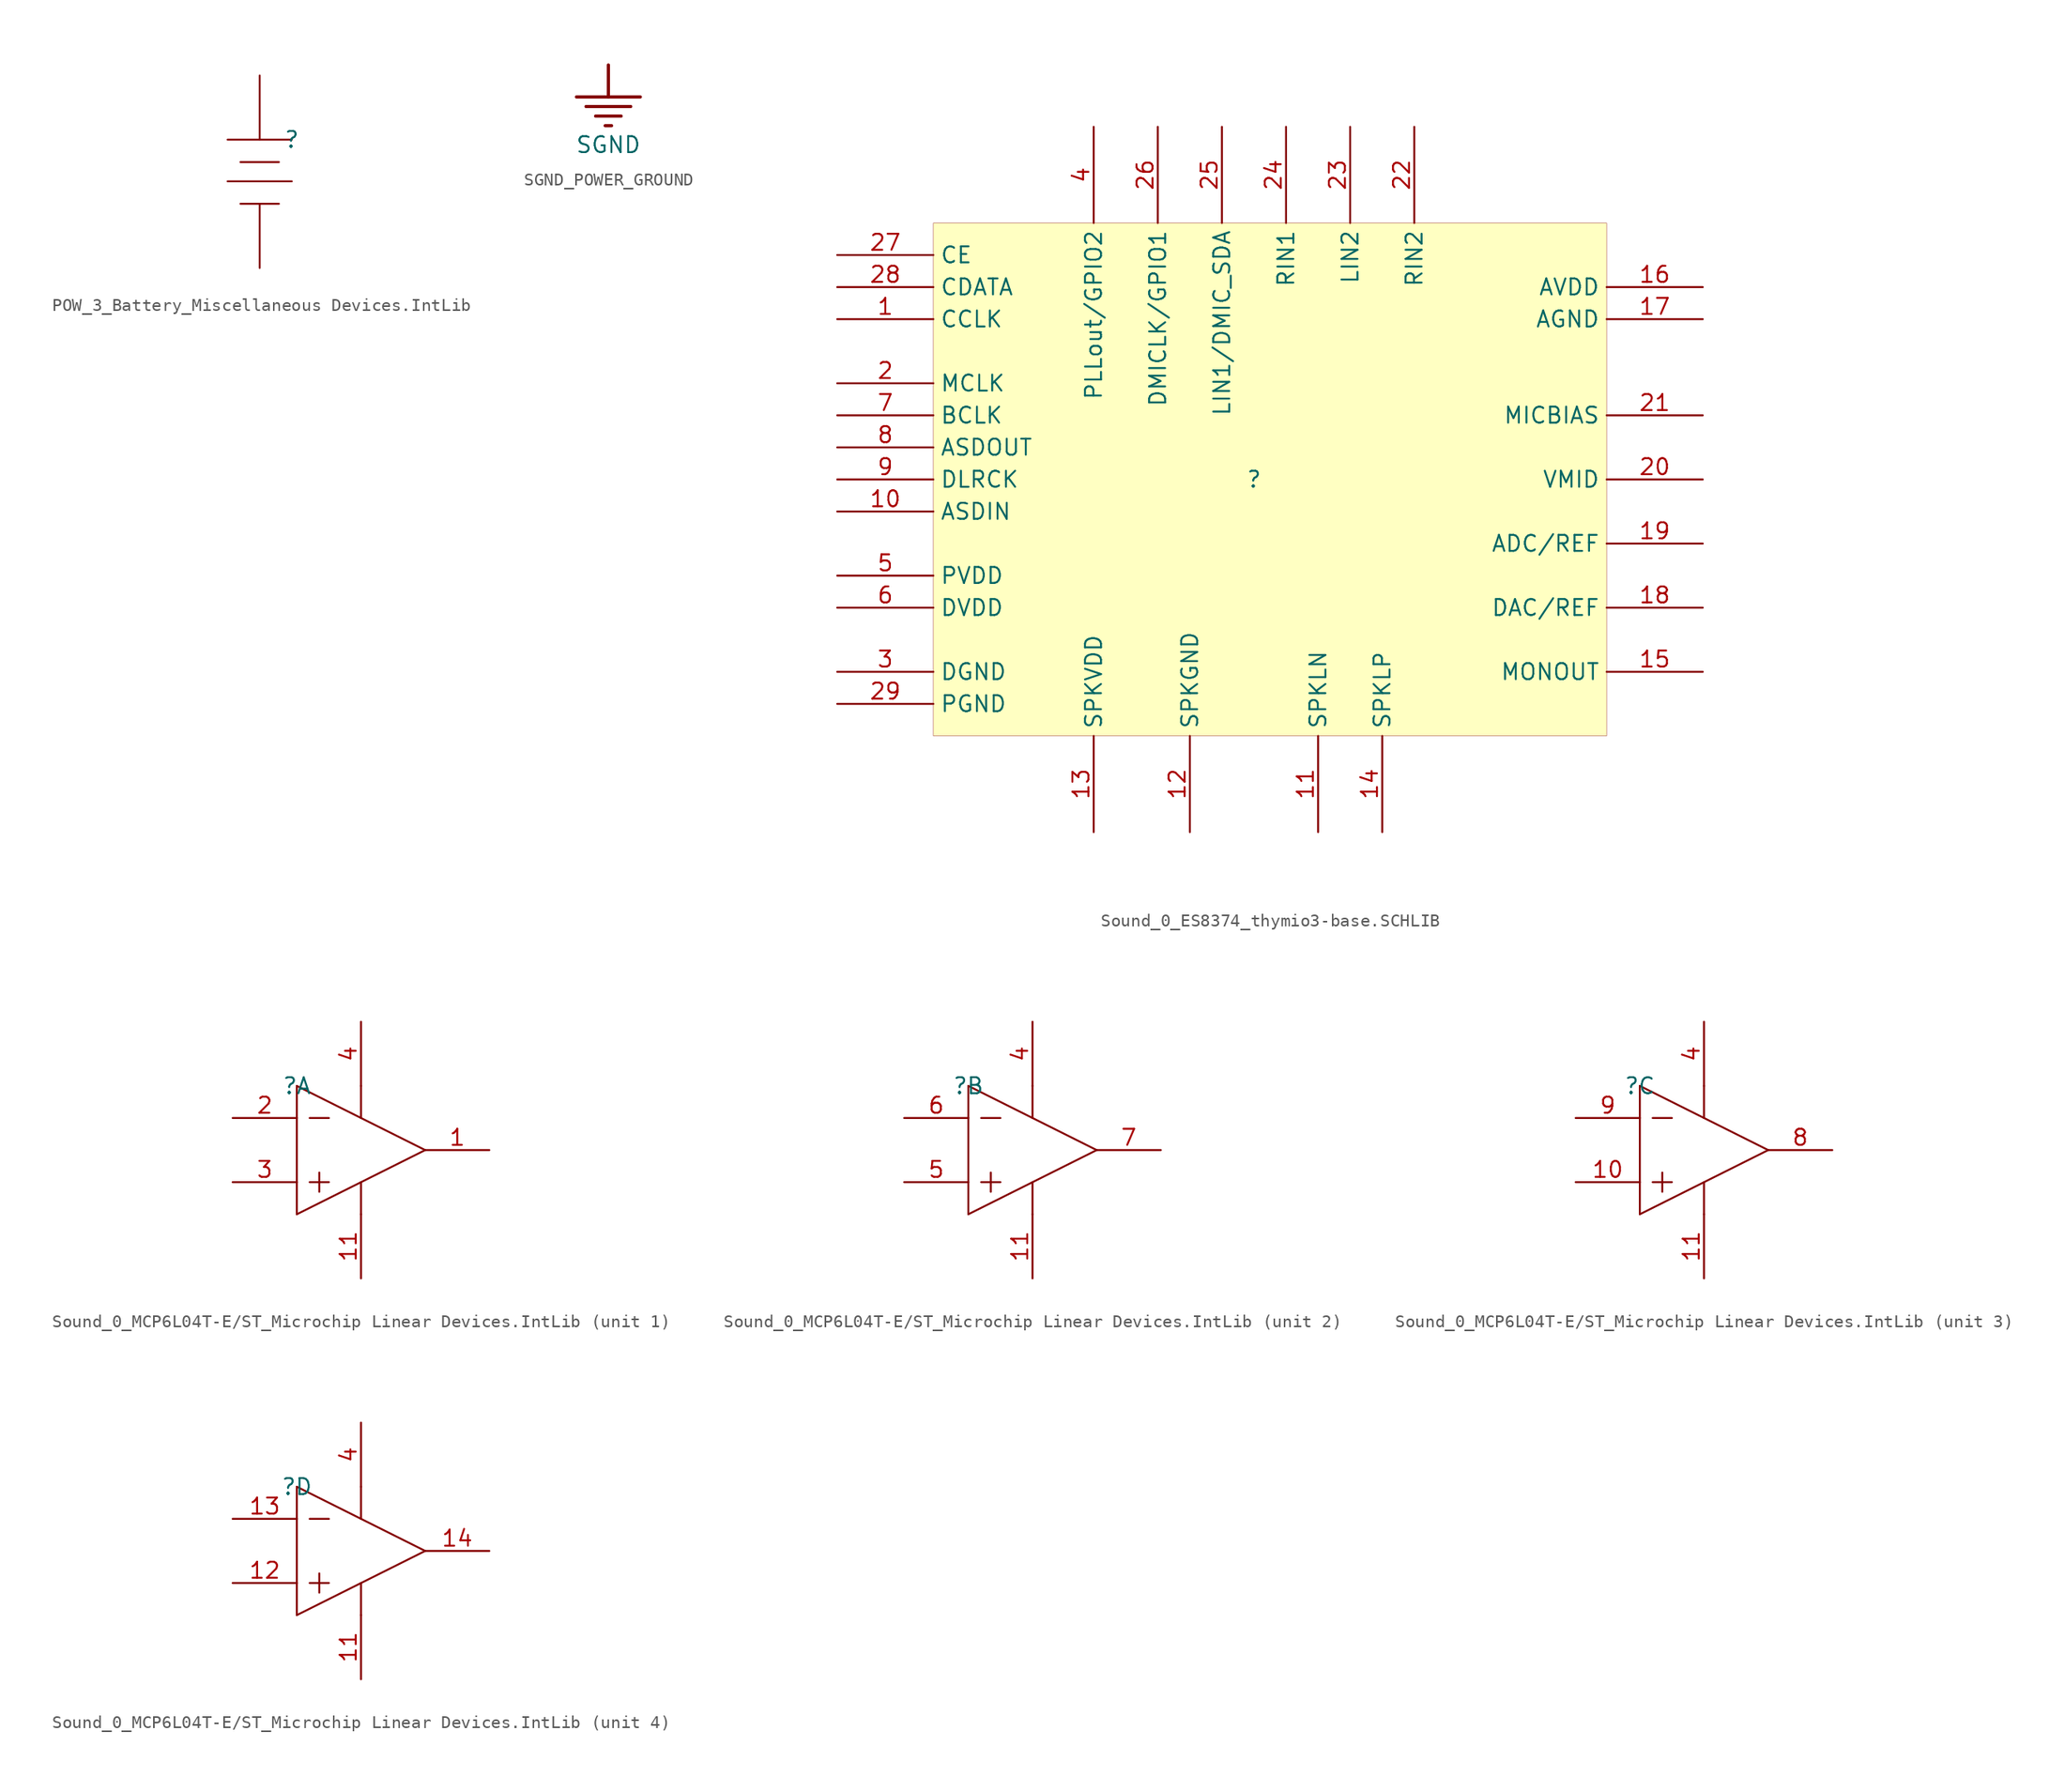
<source format=kicad_sym>
(kicad_symbol_lib
  (version 20241209)
  (generator "kicad_symbol_editor")
  (generator_version "9.0")
  (symbol "POW_3_Battery_Miscellaneous Devices.IntLib"
    (pin_numbers
      (hide yes))
    (pin_names
      (hide yes))
    (property "Reference" ""
      (at 0 0 0)
      (effects (font (size 1.27 1.27))))
    (property "Value" ""
      (at 0 0 0)
      (effects (font (size 1.27 1.27))))
    (symbol "POW_3_Battery_Miscellaneous Devices.IntLib_1_0"
      (polyline (pts (xy -1.016 -1.778) (xy -4.064 -1.778)) (stroke (width 0) (type solid)) (fill (type none)))
      (polyline (pts (xy -1.016 -5.08) (xy -4.064 -5.08)) (stroke (width 0) (type solid)) (fill (type none)))
      (polyline (pts (xy 0 0) (xy -5.08 0)) (stroke (width 0) (type solid)) (fill (type none)))
      (polyline (pts (xy 0 -3.302) (xy -5.08 -3.302)) (stroke (width 0) (type solid)) (fill (type none)))
      (pin passive line (at -2.54 5.08 270) (length 5.08) (name "+" (effects (font (size 1.27 1.27)))) (number "1" (effects (font (size 1.27 1.27)))))
      (pin passive line (at -2.54 -10.16 90) (length 5.08) (name "-" (effects (font (size 1.27 1.27)))) (number "2" (effects (font (size 1.27 1.27)))))))
  (symbol "SGND_POWER_GROUND"
    (power)
    (property "Reference" "#PWR"
      (at 0 0 0)
      (effects (font (size 1.27 1.27)) (hide yes)))
    (property "Value" "SGND"
      (at 0 -6.35 0)
      (effects (font (size 1.27 1.27))))
    (symbol "SGND_POWER_GROUND_0_0"
      (polyline (pts (xy -2.54 -2.54) (xy 2.54 -2.54)) (stroke (width 0.254) (type solid)) (fill (type none)))
      (polyline (pts (xy -1.778 -3.302) (xy 1.778 -3.302)) (stroke (width 0.254) (type solid)) (fill (type none)))
      (polyline (pts (xy -1.016 -4.064) (xy 1.016 -4.064)) (stroke (width 0.254) (type solid)) (fill (type none)))
      (polyline (pts (xy -0.254 -4.826) (xy 0.254 -4.826)) (stroke (width 0.254) (type solid)) (fill (type none)))
      (polyline (pts (xy 0 0) (xy 0 -2.54)) (stroke (width 0.254) (type solid)) (fill (type none)))
      (pin power_in line (at 0 0 0) (length 0) (hide yes) (name "SGND" (effects (font (size 1.27 1.27)))) (number "" (effects (font (size 1.27 1.27)))))))
  (symbol "Sound_0_ES8374_thymio3-base.SCHLIB"
    (property "Reference" ""
      (at 0 0 0)
      (effects (font (size 1.27 1.27))))
    (property "Value" ""
      (at 0 0 0)
      (effects (font (size 1.27 1.27))))
    (symbol "Sound_0_ES8374_thymio3-base.SCHLIB_1_0"
      (rectangle (start 27.94 20.32) (end -25.4 -20.32) (stroke (width 0.025) (type solid) (color 128 0 0 1)) (fill (type background)))
      (pin input line (at -33.02 17.78 0) (length 7.62) (name "CE" (effects (font (size 1.27 1.27)))) (number "27" (effects (font (size 1.27 1.27)))))
      (pin bidirectional line (at -33.02 15.24 0) (length 7.62) (name "CDATA" (effects (font (size 1.27 1.27)))) (number "28" (effects (font (size 1.27 1.27)))))
      (pin input line (at -33.02 12.7 0) (length 7.62) (name "CCLK" (effects (font (size 1.27 1.27)))) (number "1" (effects (font (size 1.27 1.27)))))
      (pin input line (at -33.02 7.62 0) (length 7.62) (name "MCLK" (effects (font (size 1.27 1.27)))) (number "2" (effects (font (size 1.27 1.27)))))
      (pin bidirectional line (at -33.02 5.08 0) (length 7.62) (name "BCLK" (effects (font (size 1.27 1.27)))) (number "7" (effects (font (size 1.27 1.27)))))
      (pin output line (at -33.02 2.54 0) (length 7.62) (name "ASDOUT" (effects (font (size 1.27 1.27)))) (number "8" (effects (font (size 1.27 1.27)))))
      (pin bidirectional line (at -33.02 0 0) (length 7.62) (name "DLRCK" (effects (font (size 1.27 1.27)))) (number "9" (effects (font (size 1.27 1.27)))))
      (pin input line (at -33.02 -2.54 0) (length 7.62) (name "ASDIN" (effects (font (size 1.27 1.27)))) (number "10" (effects (font (size 1.27 1.27)))))
      (pin power_in line (at -33.02 -7.62 0) (length 7.62) (name "PVDD" (effects (font (size 1.27 1.27)))) (number "5" (effects (font (size 1.27 1.27)))))
      (pin power_in line (at -33.02 -10.16 0) (length 7.62) (name "DVDD" (effects (font (size 1.27 1.27)))) (number "6" (effects (font (size 1.27 1.27)))))
      (pin power_in line (at -33.02 -15.24 0) (length 7.62) (name "DGND" (effects (font (size 1.27 1.27)))) (number "3" (effects (font (size 1.27 1.27)))))
      (pin power_in line (at -33.02 -17.78 0) (length 7.62) (name "PGND" (effects (font (size 1.27 1.27)))) (number "29" (effects (font (size 1.27 1.27)))))
      (pin bidirectional line (at -12.7 27.94 270) (length 7.62) (name "PLLout/GPIO2" (effects (font (size 1.27 1.27)))) (number "4" (effects (font (size 1.27 1.27)))))
      (pin power_in line (at -12.7 -27.94 90) (length 7.62) (name "SPKVDD" (effects (font (size 1.27 1.27)))) (number "13" (effects (font (size 1.27 1.27)))))
      (pin bidirectional line (at -7.62 27.94 270) (length 7.62) (name "DMICLK/GPIO1" (effects (font (size 1.27 1.27)))) (number "26" (effects (font (size 1.27 1.27)))))
      (pin power_in line (at -5.08 -27.94 90) (length 7.62) (name "SPKGND" (effects (font (size 1.27 1.27)))) (number "12" (effects (font (size 1.27 1.27)))))
      (pin input line (at -2.54 27.94 270) (length 7.62) (name "LIN1/DMIC_SDA" (effects (font (size 1.27 1.27)))) (number "25" (effects (font (size 1.27 1.27)))))
      (pin input line (at 2.54 27.94 270) (length 7.62) (name "RIN1" (effects (font (size 1.27 1.27)))) (number "24" (effects (font (size 1.27 1.27)))))
      (pin output line (at 5.08 -27.94 90) (length 7.62) (name "SPKLN" (effects (font (size 1.27 1.27)))) (number "11" (effects (font (size 1.27 1.27)))))
      (pin input line (at 7.62 27.94 270) (length 7.62) (name "LIN2" (effects (font (size 1.27 1.27)))) (number "23" (effects (font (size 1.27 1.27)))))
      (pin output line (at 10.16 -27.94 90) (length 7.62) (name "SPKLP" (effects (font (size 1.27 1.27)))) (number "14" (effects (font (size 1.27 1.27)))))
      (pin input line (at 12.7 27.94 270) (length 7.62) (name "RIN2" (effects (font (size 1.27 1.27)))) (number "22" (effects (font (size 1.27 1.27)))))
      (pin power_in line (at 35.56 15.24 180) (length 7.62) (name "AVDD" (effects (font (size 1.27 1.27)))) (number "16" (effects (font (size 1.27 1.27)))))
      (pin power_in line (at 35.56 12.7 180) (length 7.62) (name "AGND" (effects (font (size 1.27 1.27)))) (number "17" (effects (font (size 1.27 1.27)))))
      (pin passive line (at 35.56 5.08 180) (length 7.62) (name "MICBIAS" (effects (font (size 1.27 1.27)))) (number "21" (effects (font (size 1.27 1.27)))))
      (pin passive line (at 35.56 0 180) (length 7.62) (name "VMID" (effects (font (size 1.27 1.27)))) (number "20" (effects (font (size 1.27 1.27)))))
      (pin passive line (at 35.56 -5.08 180) (length 7.62) (name "ADC/REF" (effects (font (size 1.27 1.27)))) (number "19" (effects (font (size 1.27 1.27)))))
      (pin passive line (at 35.56 -10.16 180) (length 7.62) (name "DAC/REF" (effects (font (size 1.27 1.27)))) (number "18" (effects (font (size 1.27 1.27)))))
      (pin output line (at 35.56 -15.24 180) (length 7.62) (name "MONOUT" (effects (font (size 1.27 1.27)))) (number "15" (effects (font (size 1.27 1.27)))))))
  (symbol "Sound_0_MCP6L04T-E/ST_Microchip Linear Devices.IntLib"
    (pin_names
      (hide yes))
    (property "Reference" ""
      (at 0 0 0)
      (effects (font (size 1.27 1.27))))
    (property "Value" ""
      (at 0 0 0)
      (effects (font (size 1.27 1.27))))
    (symbol "Sound_0_MCP6L04T-E/ST_Microchip Linear Devices.IntLib_0_0"
      (pin power_in line (at 5.08 5.08 270) (length 5.08) (name "VDD" (effects (font (size 1.27 1.27)))) (number "4" (effects (font (size 1.27 1.27)))))
      (pin power_in line (at 5.08 -15.24 90) (length 5.08) (name "VSS" (effects (font (size 1.27 1.27)))) (number "11" (effects (font (size 1.27 1.27))))))
    (symbol "Sound_0_MCP6L04T-E/ST_Microchip Linear Devices.IntLib_1_0"
      (polyline (pts (xy 0 0) (xy 0 -10.16)) (stroke (width 0) (type solid)) (fill (type none)))
      (polyline (pts (xy 0 0) (xy 10.16 -5.08)) (stroke (width 0) (type solid)) (fill (type none)))
      (polyline (pts (xy 0 -10.16) (xy 10.16 -5.08)) (stroke (width 0) (type solid)) (fill (type none)))
      (polyline (pts (xy 1.016 -2.54) (xy 2.54 -2.54)) (stroke (width 0) (type solid)) (fill (type none)))
      (polyline (pts (xy 1.016 -7.62) (xy 2.54 -7.62)) (stroke (width 0) (type solid)) (fill (type none)))
      (polyline (pts (xy 1.778 -6.858) (xy 1.778 -8.382)) (stroke (width 0) (type solid)) (fill (type none)))
      (polyline (pts (xy 5.08 0) (xy 5.08 -2.54)) (stroke (width 0) (type solid)) (fill (type none)))
      (polyline (pts (xy 5.08 -7.62) (xy 5.08 -10.16)) (stroke (width 0) (type solid)) (fill (type none)))
      (pin input line (at -5.08 -2.54 0) (length 5.08) (name "VINA-" (effects (font (size 1.27 1.27)))) (number "2" (effects (font (size 1.27 1.27)))))
      (pin input line (at -5.08 -7.62 0) (length 5.08) (name "VINA+" (effects (font (size 1.27 1.27)))) (number "3" (effects (font (size 1.27 1.27)))))
      (pin output line (at 15.24 -5.08 180) (length 5.08) (name "VOUTA" (effects (font (size 1.27 1.27)))) (number "1" (effects (font (size 1.27 1.27))))))
    (symbol "Sound_0_MCP6L04T-E/ST_Microchip Linear Devices.IntLib_2_0"
      (polyline (pts (xy 0 0) (xy 0 -10.16)) (stroke (width 0) (type solid)) (fill (type none)))
      (polyline (pts (xy 0 0) (xy 10.16 -5.08)) (stroke (width 0) (type solid)) (fill (type none)))
      (polyline (pts (xy 0 -10.16) (xy 10.16 -5.08)) (stroke (width 0) (type solid)) (fill (type none)))
      (polyline (pts (xy 1.016 -2.54) (xy 2.54 -2.54)) (stroke (width 0) (type solid)) (fill (type none)))
      (polyline (pts (xy 1.016 -7.62) (xy 2.54 -7.62)) (stroke (width 0) (type solid)) (fill (type none)))
      (polyline (pts (xy 1.778 -6.858) (xy 1.778 -8.382)) (stroke (width 0) (type solid)) (fill (type none)))
      (polyline (pts (xy 5.08 0) (xy 5.08 -2.54)) (stroke (width 0) (type solid)) (fill (type none)))
      (polyline (pts (xy 5.08 -7.62) (xy 5.08 -10.16)) (stroke (width 0) (type solid)) (fill (type none)))
      (pin input line (at -5.08 -2.54 0) (length 5.08) (name "VINB-" (effects (font (size 1.27 1.27)))) (number "6" (effects (font (size 1.27 1.27)))))
      (pin input line (at -5.08 -7.62 0) (length 5.08) (name "VINB+" (effects (font (size 1.27 1.27)))) (number "5" (effects (font (size 1.27 1.27)))))
      (pin output line (at 15.24 -5.08 180) (length 5.08) (name "VOUTB" (effects (font (size 1.27 1.27)))) (number "7" (effects (font (size 1.27 1.27))))))
    (symbol "Sound_0_MCP6L04T-E/ST_Microchip Linear Devices.IntLib_3_0"
      (polyline (pts (xy 0 0) (xy 0 -10.16)) (stroke (width 0) (type solid)) (fill (type none)))
      (polyline (pts (xy 0 0) (xy 10.16 -5.08)) (stroke (width 0) (type solid)) (fill (type none)))
      (polyline (pts (xy 0 -10.16) (xy 10.16 -5.08)) (stroke (width 0) (type solid)) (fill (type none)))
      (polyline (pts (xy 1.016 -2.54) (xy 2.54 -2.54)) (stroke (width 0) (type solid)) (fill (type none)))
      (polyline (pts (xy 1.016 -7.62) (xy 2.54 -7.62)) (stroke (width 0) (type solid)) (fill (type none)))
      (polyline (pts (xy 1.778 -6.858) (xy 1.778 -8.382)) (stroke (width 0) (type solid)) (fill (type none)))
      (polyline (pts (xy 5.08 0) (xy 5.08 -2.54)) (stroke (width 0) (type solid)) (fill (type none)))
      (polyline (pts (xy 5.08 -7.62) (xy 5.08 -10.16)) (stroke (width 0) (type solid)) (fill (type none)))
      (pin input line (at -5.08 -2.54 0) (length 5.08) (name "VINC-" (effects (font (size 1.27 1.27)))) (number "9" (effects (font (size 1.27 1.27)))))
      (pin input line (at -5.08 -7.62 0) (length 5.08) (name "VINC+" (effects (font (size 1.27 1.27)))) (number "10" (effects (font (size 1.27 1.27)))))
      (pin output line (at 15.24 -5.08 180) (length 5.08) (name "VOUTC" (effects (font (size 1.27 1.27)))) (number "8" (effects (font (size 1.27 1.27))))))
    (symbol "Sound_0_MCP6L04T-E/ST_Microchip Linear Devices.IntLib_4_0"
      (polyline (pts (xy 0 0) (xy 0 -10.16)) (stroke (width 0) (type solid)) (fill (type none)))
      (polyline (pts (xy 0 0) (xy 10.16 -5.08)) (stroke (width 0) (type solid)) (fill (type none)))
      (polyline (pts (xy 0 -10.16) (xy 10.16 -5.08)) (stroke (width 0) (type solid)) (fill (type none)))
      (polyline (pts (xy 1.016 -2.54) (xy 2.54 -2.54)) (stroke (width 0) (type solid)) (fill (type none)))
      (polyline (pts (xy 1.016 -7.62) (xy 2.54 -7.62)) (stroke (width 0) (type solid)) (fill (type none)))
      (polyline (pts (xy 1.778 -6.858) (xy 1.778 -8.382)) (stroke (width 0) (type solid)) (fill (type none)))
      (polyline (pts (xy 5.08 0) (xy 5.08 -2.54)) (stroke (width 0) (type solid)) (fill (type none)))
      (polyline (pts (xy 5.08 -7.62) (xy 5.08 -10.16)) (stroke (width 0) (type solid)) (fill (type none)))
      (pin input line (at -5.08 -2.54 0) (length 5.08) (name "VIND-" (effects (font (size 1.27 1.27)))) (number "13" (effects (font (size 1.27 1.27)))))
      (pin input line (at -5.08 -7.62 0) (length 5.08) (name "VIND+" (effects (font (size 1.27 1.27)))) (number "12" (effects (font (size 1.27 1.27)))))
      (pin output line (at 15.24 -5.08 180) (length 5.08) (name "VOUTD" (effects (font (size 1.27 1.27)))) (number "14" (effects (font (size 1.27 1.27))))))))
</source>
